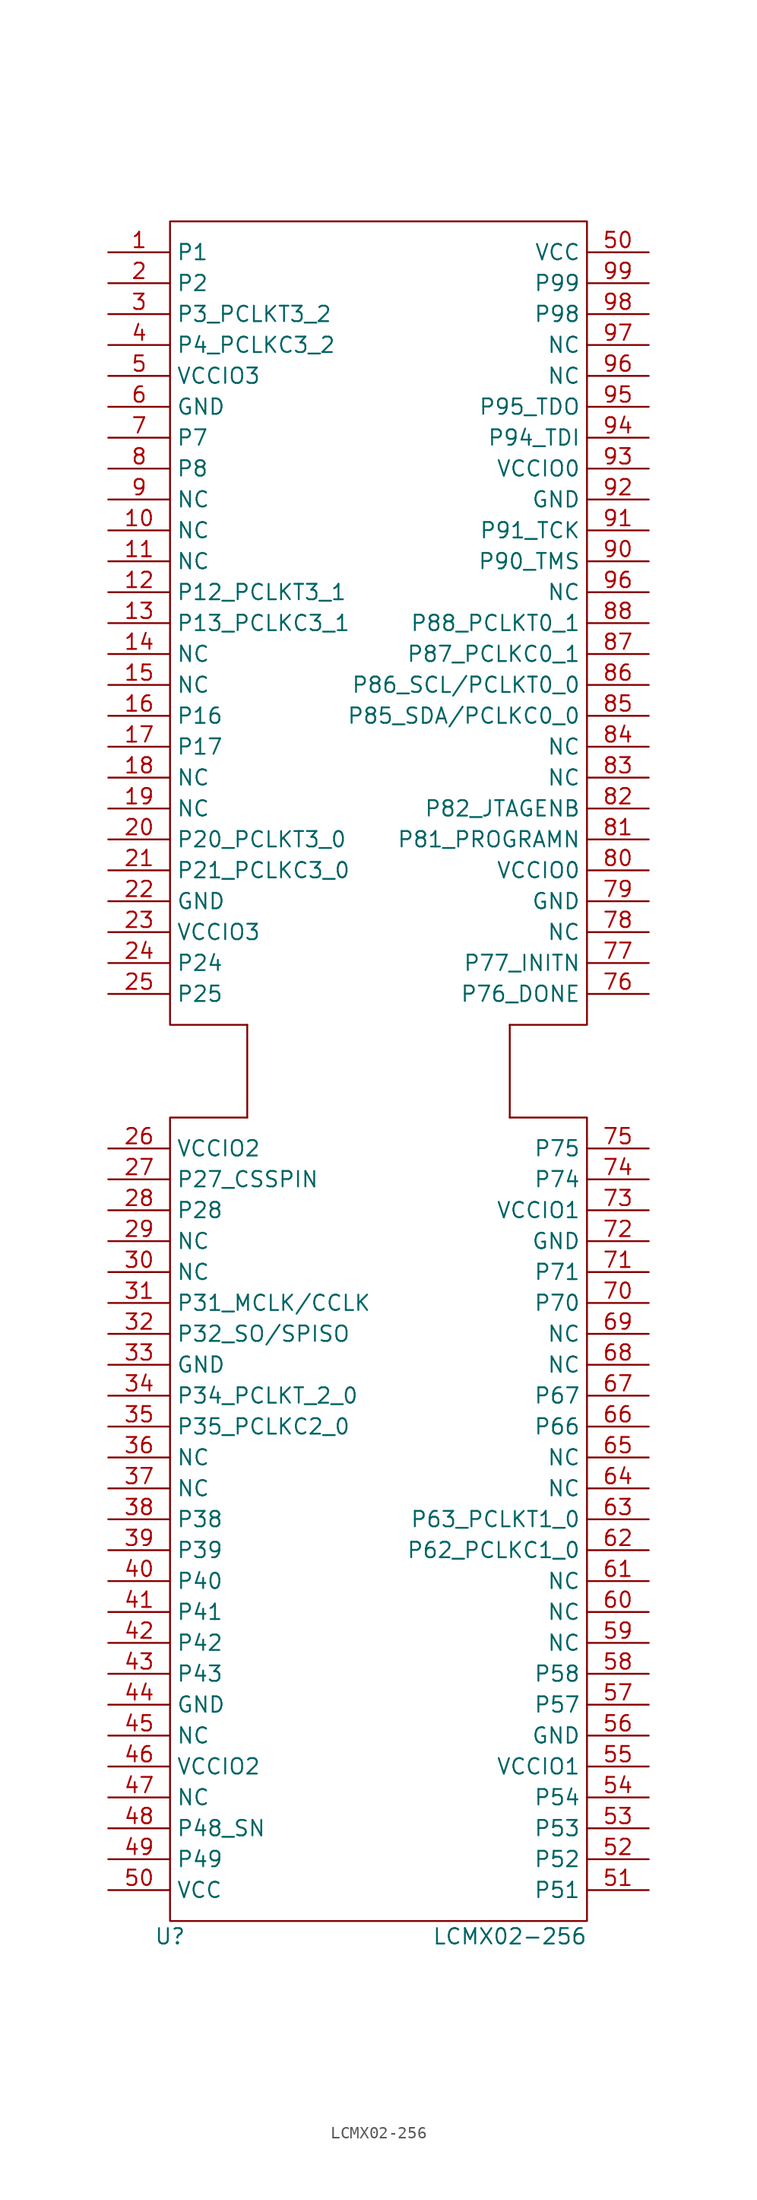
<source format=kicad_sym>
(kicad_symbol_lib
  (version 20211014)
  (generator kicad_symbol_editor)
  (symbol "LCMX02-256"
    (property "Reference" "U"
      (at -17.78 -71.12 0)
      (effects (font (size 1.27 1.27))))
    (property "Value" "LCMX02-256"
      (at 10.16 -71.12 0)
      (effects (font (size 1.27 1.27))))
    (symbol "LCMX02-256_0_1"
      (polyline (pts (xy -11.43 3.81) (xy -11.43 -3.81)) (stroke (width 0) (type default) (color 0 0 0 0)) (fill (type none)))
      (polyline (pts (xy 10.16 3.81) (xy 10.16 -3.81)) (stroke (width 0) (type default) (color 0 0 0 0)) (fill (type background)))
      (polyline (pts (xy -11.43 -3.81) (xy -17.78 -3.81) (xy -17.78 -69.85) (xy 16.51 -69.85) (xy 16.51 -3.81) (xy 10.16 -3.81)) (stroke (width 0) (type default) (color 0 0 0 0)) (fill (type none)))
      (polyline (pts (xy -11.43 3.81) (xy -17.78 3.81) (xy -17.78 69.85) (xy 16.51 69.85) (xy 16.51 3.81) (xy 10.16 3.81)) (stroke (width 0) (type default) (color 0 0 0 0)) (fill (type none))))
    (symbol "LCMX02-256_1_1"
      (pin bidirectional line (at -22.86 67.31 0) (length 5.08) (name "P1" (effects (font (size 1.27 1.27)))) (number "1" (effects (font (size 1.27 1.27)))))
      (pin free line (at -22.86 44.45 0) (length 5.08) (name "NC" (effects (font (size 1.27 1.27)))) (number "10" (effects (font (size 1.27 1.27)))))
      (pin free line (at -22.86 41.91 0) (length 5.08) (name "NC" (effects (font (size 1.27 1.27)))) (number "11" (effects (font (size 1.27 1.27)))))
      (pin bidirectional line (at -22.86 39.37 0) (length 5.08) (name "P12_PCLKT3_1" (effects (font (size 1.27 1.27)))) (number "12" (effects (font (size 1.27 1.27)))))
      (pin bidirectional line (at -22.86 36.83 0) (length 5.08) (name "P13_PCLKC3_1" (effects (font (size 1.27 1.27)))) (number "13" (effects (font (size 1.27 1.27)))))
      (pin free line (at -22.86 34.29 0) (length 5.08) (name "NC" (effects (font (size 1.27 1.27)))) (number "14" (effects (font (size 1.27 1.27)))))
      (pin free line (at -22.86 31.75 0) (length 5.08) (name "NC" (effects (font (size 1.27 1.27)))) (number "15" (effects (font (size 1.27 1.27)))))
      (pin bidirectional line (at -22.86 29.21 0) (length 5.08) (name "P16" (effects (font (size 1.27 1.27)))) (number "16" (effects (font (size 1.27 1.27)))))
      (pin bidirectional line (at -22.86 26.67 0) (length 5.08) (name "P17" (effects (font (size 1.27 1.27)))) (number "17" (effects (font (size 1.27 1.27)))))
      (pin free line (at -22.86 24.13 0) (length 5.08) (name "NC" (effects (font (size 1.27 1.27)))) (number "18" (effects (font (size 1.27 1.27)))))
      (pin free line (at -22.86 21.59 0) (length 5.08) (name "NC" (effects (font (size 1.27 1.27)))) (number "19" (effects (font (size 1.27 1.27)))))
      (pin bidirectional line (at -22.86 64.77 0) (length 5.08) (name "P2" (effects (font (size 1.27 1.27)))) (number "2" (effects (font (size 1.27 1.27)))))
      (pin bidirectional line (at -22.86 19.05 0) (length 5.08) (name "P20_PCLKT3_0" (effects (font (size 1.27 1.27)))) (number "20" (effects (font (size 1.27 1.27)))))
      (pin bidirectional line (at -22.86 16.51 0) (length 5.08) (name "P21_PCLKC3_0" (effects (font (size 1.27 1.27)))) (number "21" (effects (font (size 1.27 1.27)))))
      (pin power_in line (at -22.86 13.97 0) (length 5.08) (name "GND" (effects (font (size 1.27 1.27)))) (number "22" (effects (font (size 1.27 1.27)))))
      (pin power_in line (at -22.86 11.43 0) (length 5.08) (name "VCCIO3" (effects (font (size 1.27 1.27)))) (number "23" (effects (font (size 1.27 1.27)))))
      (pin bidirectional line (at -22.86 8.89 0) (length 5.08) (name "P24" (effects (font (size 1.27 1.27)))) (number "24" (effects (font (size 1.27 1.27)))))
      (pin bidirectional line (at -22.86 6.35 0) (length 5.08) (name "P25" (effects (font (size 1.27 1.27)))) (number "25" (effects (font (size 1.27 1.27)))))
      (pin power_in line (at -22.86 -6.35 0) (length 5.08) (name "VCCIO2" (effects (font (size 1.27 1.27)))) (number "26" (effects (font (size 1.27 1.27)))))
      (pin bidirectional line (at -22.86 -8.89 0) (length 5.08) (name "P27_CSSPIN" (effects (font (size 1.27 1.27)))) (number "27" (effects (font (size 1.27 1.27)))))
      (pin bidirectional line (at -22.86 -11.43 0) (length 5.08) (name "P28" (effects (font (size 1.27 1.27)))) (number "28" (effects (font (size 1.27 1.27)))))
      (pin free line (at -22.86 -13.97 0) (length 5.08) (name "NC" (effects (font (size 1.27 1.27)))) (number "29" (effects (font (size 1.27 1.27)))))
      (pin bidirectional line (at -22.86 62.23 0) (length 5.08) (name "P3_PCLKT3_2" (effects (font (size 1.27 1.27)))) (number "3" (effects (font (size 1.27 1.27)))))
      (pin free line (at -22.86 -16.51 0) (length 5.08) (name "NC" (effects (font (size 1.27 1.27)))) (number "30" (effects (font (size 1.27 1.27)))))
      (pin bidirectional line (at -22.86 -19.05 0) (length 5.08) (name "P31_MCLK/CCLK" (effects (font (size 1.27 1.27)))) (number "31" (effects (font (size 1.27 1.27)))))
      (pin bidirectional line (at -22.86 -21.59 0) (length 5.08) (name "P32_SO/SPISO" (effects (font (size 1.27 1.27)))) (number "32" (effects (font (size 1.27 1.27)))))
      (pin power_in line (at -22.86 -24.13 0) (length 5.08) (name "GND" (effects (font (size 1.27 1.27)))) (number "33" (effects (font (size 1.27 1.27)))))
      (pin bidirectional line (at -22.86 -26.67 0) (length 5.08) (name "P34_PCLKT_2_0" (effects (font (size 1.27 1.27)))) (number "34" (effects (font (size 1.27 1.27)))))
      (pin bidirectional line (at -22.86 -29.21 0) (length 5.08) (name "P35_PCLKC2_0" (effects (font (size 1.27 1.27)))) (number "35" (effects (font (size 1.27 1.27)))))
      (pin free line (at -22.86 -31.75 0) (length 5.08) (name "NC" (effects (font (size 1.27 1.27)))) (number "36" (effects (font (size 1.27 1.27)))))
      (pin free line (at -22.86 -34.29 0) (length 5.08) (name "NC" (effects (font (size 1.27 1.27)))) (number "37" (effects (font (size 1.27 1.27)))))
      (pin bidirectional line (at -22.86 -36.83 0) (length 5.08) (name "P38" (effects (font (size 1.27 1.27)))) (number "38" (effects (font (size 1.27 1.27)))))
      (pin bidirectional line (at -22.86 -39.37 0) (length 5.08) (name "P39" (effects (font (size 1.27 1.27)))) (number "39" (effects (font (size 1.27 1.27)))))
      (pin bidirectional line (at -22.86 59.69 0) (length 5.08) (name "P4_PCLKC3_2" (effects (font (size 1.27 1.27)))) (number "4" (effects (font (size 1.27 1.27)))))
      (pin bidirectional line (at -22.86 -41.91 0) (length 5.08) (name "P40" (effects (font (size 1.27 1.27)))) (number "40" (effects (font (size 1.27 1.27)))))
      (pin bidirectional line (at -22.86 -44.45 0) (length 5.08) (name "P41" (effects (font (size 1.27 1.27)))) (number "41" (effects (font (size 1.27 1.27)))))
      (pin bidirectional line (at -22.86 -46.99 0) (length 5.08) (name "P42" (effects (font (size 1.27 1.27)))) (number "42" (effects (font (size 1.27 1.27)))))
      (pin bidirectional line (at -22.86 -49.53 0) (length 5.08) (name "P43" (effects (font (size 1.27 1.27)))) (number "43" (effects (font (size 1.27 1.27)))))
      (pin power_in line (at -22.86 -52.07 0) (length 5.08) (name "GND" (effects (font (size 1.27 1.27)))) (number "44" (effects (font (size 1.27 1.27)))))
      (pin free line (at -22.86 -54.61 0) (length 5.08) (name "NC" (effects (font (size 1.27 1.27)))) (number "45" (effects (font (size 1.27 1.27)))))
      (pin power_in line (at -22.86 -57.15 0) (length 5.08) (name "VCCIO2" (effects (font (size 1.27 1.27)))) (number "46" (effects (font (size 1.27 1.27)))))
      (pin free line (at -22.86 -59.69 0) (length 5.08) (name "NC" (effects (font (size 1.27 1.27)))) (number "47" (effects (font (size 1.27 1.27)))))
      (pin bidirectional line (at -22.86 -62.23 0) (length 5.08) (name "P48_SN" (effects (font (size 1.27 1.27)))) (number "48" (effects (font (size 1.27 1.27)))))
      (pin bidirectional line (at -22.86 -64.77 0) (length 5.08) (name "P49" (effects (font (size 1.27 1.27)))) (number "49" (effects (font (size 1.27 1.27)))))
      (pin power_in line (at -22.86 57.15 0) (length 5.08) (name "VCCIO3" (effects (font (size 1.27 1.27)))) (number "5" (effects (font (size 1.27 1.27)))))
      (pin power_in line (at -22.86 -67.31 0) (length 5.08) (name "VCC" (effects (font (size 1.27 1.27)))) (number "50" (effects (font (size 1.27 1.27)))))
      (pin power_in line (at 21.59 67.31 180) (length 5.08) (name "VCC" (effects (font (size 1.27 1.27)))) (number "50" (effects (font (size 1.27 1.27)))))
      (pin bidirectional line (at 21.59 -67.31 180) (length 5.08) (name "P51" (effects (font (size 1.27 1.27)))) (number "51" (effects (font (size 1.27 1.27)))))
      (pin bidirectional line (at 21.59 -64.77 180) (length 5.08) (name "P52" (effects (font (size 1.27 1.27)))) (number "52" (effects (font (size 1.27 1.27)))))
      (pin bidirectional line (at 21.59 -62.23 180) (length 5.08) (name "P53" (effects (font (size 1.27 1.27)))) (number "53" (effects (font (size 1.27 1.27)))))
      (pin bidirectional line (at 21.59 -59.69 180) (length 5.08) (name "P54" (effects (font (size 1.27 1.27)))) (number "54" (effects (font (size 1.27 1.27)))))
      (pin power_in line (at 21.59 -57.15 180) (length 5.08) (name "VCCIO1" (effects (font (size 1.27 1.27)))) (number "55" (effects (font (size 1.27 1.27)))))
      (pin power_in line (at 21.59 -54.61 180) (length 5.08) (name "GND" (effects (font (size 1.27 1.27)))) (number "56" (effects (font (size 1.27 1.27)))))
      (pin bidirectional line (at 21.59 -52.07 180) (length 5.08) (name "P57" (effects (font (size 1.27 1.27)))) (number "57" (effects (font (size 1.27 1.27)))))
      (pin bidirectional line (at 21.59 -49.53 180) (length 5.08) (name "P58" (effects (font (size 1.27 1.27)))) (number "58" (effects (font (size 1.27 1.27)))))
      (pin free line (at 21.59 -46.99 180) (length 5.08) (name "NC" (effects (font (size 1.27 1.27)))) (number "59" (effects (font (size 1.27 1.27)))))
      (pin power_in line (at -22.86 54.61 0) (length 5.08) (name "GND" (effects (font (size 1.27 1.27)))) (number "6" (effects (font (size 1.27 1.27)))))
      (pin free line (at 21.59 -44.45 180) (length 5.08) (name "NC" (effects (font (size 1.27 1.27)))) (number "60" (effects (font (size 1.27 1.27)))))
      (pin free line (at 21.59 -41.91 180) (length 5.08) (name "NC" (effects (font (size 1.27 1.27)))) (number "61" (effects (font (size 1.27 1.27)))))
      (pin bidirectional line (at 21.59 -39.37 180) (length 5.08) (name "P62_PCLKC1_0" (effects (font (size 1.27 1.27)))) (number "62" (effects (font (size 1.27 1.27)))))
      (pin bidirectional line (at 21.59 -36.83 180) (length 5.08) (name "P63_PCLKT1_0" (effects (font (size 1.27 1.27)))) (number "63" (effects (font (size 1.27 1.27)))))
      (pin free line (at 21.59 -34.29 180) (length 5.08) (name "NC" (effects (font (size 1.27 1.27)))) (number "64" (effects (font (size 1.27 1.27)))))
      (pin free line (at 21.59 -31.75 180) (length 5.08) (name "NC" (effects (font (size 1.27 1.27)))) (number "65" (effects (font (size 1.27 1.27)))))
      (pin bidirectional line (at 21.59 -29.21 180) (length 5.08) (name "P66" (effects (font (size 1.27 1.27)))) (number "66" (effects (font (size 1.27 1.27)))))
      (pin bidirectional line (at 21.59 -26.67 180) (length 5.08) (name "P67" (effects (font (size 1.27 1.27)))) (number "67" (effects (font (size 1.27 1.27)))))
      (pin free line (at 21.59 -24.13 180) (length 5.08) (name "NC" (effects (font (size 1.27 1.27)))) (number "68" (effects (font (size 1.27 1.27)))))
      (pin free line (at 21.59 -21.59 180) (length 5.08) (name "NC" (effects (font (size 1.27 1.27)))) (number "69" (effects (font (size 1.27 1.27)))))
      (pin bidirectional line (at -22.86 52.07 0) (length 5.08) (name "P7" (effects (font (size 1.27 1.27)))) (number "7" (effects (font (size 1.27 1.27)))))
      (pin bidirectional line (at 21.59 -19.05 180) (length 5.08) (name "P70" (effects (font (size 1.27 1.27)))) (number "70" (effects (font (size 1.27 1.27)))))
      (pin bidirectional line (at 21.59 -16.51 180) (length 5.08) (name "P71" (effects (font (size 1.27 1.27)))) (number "71" (effects (font (size 1.27 1.27)))))
      (pin power_in line (at 21.59 -13.97 180) (length 5.08) (name "GND" (effects (font (size 1.27 1.27)))) (number "72" (effects (font (size 1.27 1.27)))))
      (pin power_in line (at 21.59 -11.43 180) (length 5.08) (name "VCCIO1" (effects (font (size 1.27 1.27)))) (number "73" (effects (font (size 1.27 1.27)))))
      (pin bidirectional line (at 21.59 -8.89 180) (length 5.08) (name "P74" (effects (font (size 1.27 1.27)))) (number "74" (effects (font (size 1.27 1.27)))))
      (pin bidirectional line (at 21.59 -6.35 180) (length 5.08) (name "P75" (effects (font (size 1.27 1.27)))) (number "75" (effects (font (size 1.27 1.27)))))
      (pin bidirectional line (at 21.59 6.35 180) (length 5.08) (name "P76_DONE" (effects (font (size 1.27 1.27)))) (number "76" (effects (font (size 1.27 1.27)))))
      (pin bidirectional line (at 21.59 8.89 180) (length 5.08) (name "P77_INITN" (effects (font (size 1.27 1.27)))) (number "77" (effects (font (size 1.27 1.27)))))
      (pin free line (at 21.59 11.43 180) (length 5.08) (name "NC" (effects (font (size 1.27 1.27)))) (number "78" (effects (font (size 1.27 1.27)))))
      (pin power_in line (at 21.59 13.97 180) (length 5.08) (name "GND" (effects (font (size 1.27 1.27)))) (number "79" (effects (font (size 1.27 1.27)))))
      (pin bidirectional line (at -22.86 49.53 0) (length 5.08) (name "P8" (effects (font (size 1.27 1.27)))) (number "8" (effects (font (size 1.27 1.27)))))
      (pin power_in line (at 21.59 16.51 180) (length 5.08) (name "VCCIO0" (effects (font (size 1.27 1.27)))) (number "80" (effects (font (size 1.27 1.27)))))
      (pin bidirectional line (at 21.59 19.05 180) (length 5.08) (name "P81_PROGRAMN" (effects (font (size 1.27 1.27)))) (number "81" (effects (font (size 1.27 1.27)))))
      (pin bidirectional line (at 21.59 21.59 180) (length 5.08) (name "P82_JTAGENB" (effects (font (size 1.27 1.27)))) (number "82" (effects (font (size 1.27 1.27)))))
      (pin free line (at 21.59 24.13 180) (length 5.08) (name "NC" (effects (font (size 1.27 1.27)))) (number "83" (effects (font (size 1.27 1.27)))))
      (pin free line (at 21.59 26.67 180) (length 5.08) (name "NC" (effects (font (size 1.27 1.27)))) (number "84" (effects (font (size 1.27 1.27)))))
      (pin bidirectional line (at 21.59 29.21 180) (length 5.08) (name "P85_SDA/PCLKC0_0" (effects (font (size 1.27 1.27)))) (number "85" (effects (font (size 1.27 1.27)))))
      (pin bidirectional line (at 21.59 31.75 180) (length 5.08) (name "P86_SCL/PCLKT0_0" (effects (font (size 1.27 1.27)))) (number "86" (effects (font (size 1.27 1.27)))))
      (pin bidirectional line (at 21.59 34.29 180) (length 5.08) (name "P87_PCLKC0_1" (effects (font (size 1.27 1.27)))) (number "87" (effects (font (size 1.27 1.27)))))
      (pin bidirectional line (at 21.59 36.83 180) (length 5.08) (name "P88_PCLKT0_1" (effects (font (size 1.27 1.27)))) (number "88" (effects (font (size 1.27 1.27)))))
      (pin free line (at -22.86 46.99 0) (length 5.08) (name "NC" (effects (font (size 1.27 1.27)))) (number "9" (effects (font (size 1.27 1.27)))))
      (pin bidirectional line (at 21.59 41.91 180) (length 5.08) (name "P90_TMS" (effects (font (size 1.27 1.27)))) (number "90" (effects (font (size 1.27 1.27)))))
      (pin bidirectional line (at 21.59 44.45 180) (length 5.08) (name "P91_TCK" (effects (font (size 1.27 1.27)))) (number "91" (effects (font (size 1.27 1.27)))))
      (pin power_in line (at 21.59 46.99 180) (length 5.08) (name "GND" (effects (font (size 1.27 1.27)))) (number "92" (effects (font (size 1.27 1.27)))))
      (pin power_in line (at 21.59 49.53 180) (length 5.08) (name "VCCIO0" (effects (font (size 1.27 1.27)))) (number "93" (effects (font (size 1.27 1.27)))))
      (pin bidirectional line (at 21.59 52.07 180) (length 5.08) (name "P94_TDI" (effects (font (size 1.27 1.27)))) (number "94" (effects (font (size 1.27 1.27)))))
      (pin bidirectional line (at 21.59 54.61 180) (length 5.08) (name "P95_TDO" (effects (font (size 1.27 1.27)))) (number "95" (effects (font (size 1.27 1.27)))))
      (pin free line (at 21.59 39.37 180) (length 5.08) (name "NC" (effects (font (size 1.27 1.27)))) (number "96" (effects (font (size 1.27 1.27)))))
      (pin free line (at 21.59 57.15 180) (length 5.08) (name "NC" (effects (font (size 1.27 1.27)))) (number "96" (effects (font (size 1.27 1.27)))))
      (pin free line (at 21.59 59.69 180) (length 5.08) (name "NC" (effects (font (size 1.27 1.27)))) (number "97" (effects (font (size 1.27 1.27)))))
      (pin bidirectional line (at 21.59 62.23 180) (length 5.08) (name "P98" (effects (font (size 1.27 1.27)))) (number "98" (effects (font (size 1.27 1.27)))))
      (pin bidirectional line (at 21.59 64.77 180) (length 5.08) (name "P99" (effects (font (size 1.27 1.27)))) (number "99" (effects (font (size 1.27 1.27))))))))
</source>
